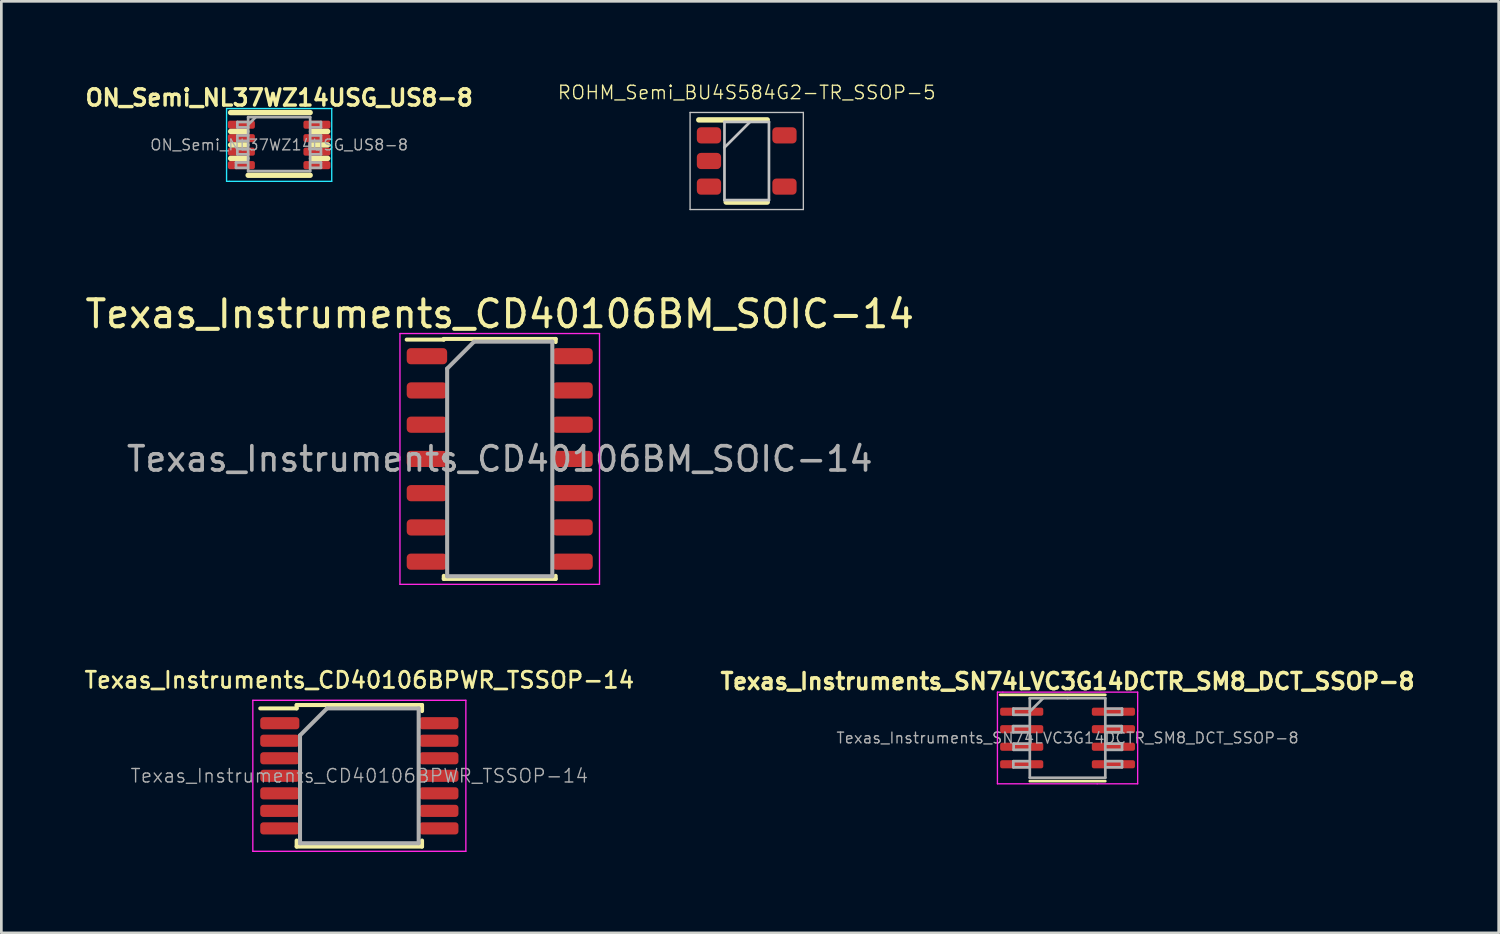
<source format=kicad_pcb>
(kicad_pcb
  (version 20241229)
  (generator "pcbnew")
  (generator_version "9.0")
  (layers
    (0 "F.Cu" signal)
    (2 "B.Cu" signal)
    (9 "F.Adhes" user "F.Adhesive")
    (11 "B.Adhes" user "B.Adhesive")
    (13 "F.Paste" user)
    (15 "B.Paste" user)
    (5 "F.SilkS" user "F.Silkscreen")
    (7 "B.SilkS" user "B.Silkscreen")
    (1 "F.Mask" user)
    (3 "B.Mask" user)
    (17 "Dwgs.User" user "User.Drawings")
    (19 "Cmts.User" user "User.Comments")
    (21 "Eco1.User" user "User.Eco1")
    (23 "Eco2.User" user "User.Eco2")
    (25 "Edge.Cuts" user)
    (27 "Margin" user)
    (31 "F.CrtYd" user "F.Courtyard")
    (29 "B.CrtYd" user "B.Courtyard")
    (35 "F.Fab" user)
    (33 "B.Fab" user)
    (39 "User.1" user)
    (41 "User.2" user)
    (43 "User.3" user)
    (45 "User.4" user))
  (footprint "Texas_Instruments_CD40106BPWR_TSSOP-14"
    (layer "F.Cu")
    (at 10.276 25.72)
    (property "Reference" "Texas_Instruments_CD40106BPWR_TSSOP-14" (at 0 -3.55 0) (layer "F.SilkS") (effects (font (size 0.6 0.6) (thickness 0.1))))
    (attr smd)
    (fp_line (start -2.325 -2.625) (end -2.325 -2.5) (stroke (width 0.15) (type solid)) (layer "F.SilkS"))
    (fp_line (start -2.325 -2.625) (end 2.325 -2.625) (stroke (width 0.15) (type solid)) (layer "F.SilkS"))
    (fp_line (start -2.325 -2.5) (end -3.675 -2.5) (stroke (width 0.15) (type solid)) (layer "F.SilkS"))
    (fp_line (start -2.325 2.625) (end -2.325 2.4) (stroke (width 0.15) (type solid)) (layer "F.SilkS"))
    (fp_line (start -2.325 2.625) (end 2.325 2.625) (stroke (width 0.15) (type solid)) (layer "F.SilkS"))
    (fp_line (start 2.325 -2.625) (end 2.325 -2.4) (stroke (width 0.15) (type solid)) (layer "F.SilkS"))
    (fp_line (start 2.325 2.625) (end 2.325 2.4) (stroke (width 0.15) (type solid)) (layer "F.SilkS"))
    (fp_line (start -3.95 -2.8) (end -3.95 2.8) (stroke (width 0.05) (type solid)) (layer "F.CrtYd"))
    (fp_line (start -3.95 -2.8) (end 3.95 -2.8) (stroke (width 0.05) (type solid)) (layer "F.CrtYd"))
    (fp_line (start -3.95 2.8) (end 3.95 2.8) (stroke (width 0.05) (type solid)) (layer "F.CrtYd"))
    (fp_line (start 3.95 -2.8) (end 3.95 2.8) (stroke (width 0.05) (type solid)) (layer "F.CrtYd"))
    (fp_line (start -2.2 -1.5) (end -1.2 -2.5) (stroke (width 0.15) (type solid)) (layer "F.Fab"))
    (fp_line (start -2.2 2.5) (end -2.2 -1.5) (stroke (width 0.15) (type solid)) (layer "F.Fab"))
    (fp_line (start -1.2 -2.5) (end 2.2 -2.5) (stroke (width 0.15) (type solid)) (layer "F.Fab"))
    (fp_line (start 2.2 -2.5) (end 2.2 2.5) (stroke (width 0.15) (type solid)) (layer "F.Fab"))
    (fp_line (start 2.2 2.5) (end -2.2 2.5) (stroke (width 0.15) (type solid)) (layer "F.Fab"))
    (fp_text user "${REFERENCE}" (at 0 0 0) (layer "F.Fab") (effects (font (size 0.5 0.5) (thickness 0.05))))
    (pad "1" smd roundrect (at -2.95 -1.95) (size 1.45 0.45) (layers "F.Cu" "F.Mask" "F.Paste") (roundrect_rratio 0.25))
    (pad "2" smd roundrect (at -2.95 -1.3) (size 1.45 0.45) (layers "F.Cu" "F.Mask" "F.Paste") (roundrect_rratio 0.25))
    (pad "3" smd roundrect (at -2.95 -0.65) (size 1.45 0.45) (layers "F.Cu" "F.Mask" "F.Paste") (roundrect_rratio 0.25))
    (pad "4" smd roundrect (at -2.95 0) (size 1.45 0.45) (layers "F.Cu" "F.Mask" "F.Paste") (roundrect_rratio 0.25))
    (pad "5" smd roundrect (at -2.95 0.65) (size 1.45 0.45) (layers "F.Cu" "F.Mask" "F.Paste") (roundrect_rratio 0.25))
    (pad "6" smd roundrect (at -2.95 1.3) (size 1.45 0.45) (layers "F.Cu" "F.Mask" "F.Paste") (roundrect_rratio 0.25))
    (pad "7" smd roundrect (at -2.95 1.95) (size 1.45 0.45) (layers "F.Cu" "F.Mask" "F.Paste") (roundrect_rratio 0.25))
    (pad "8" smd roundrect (at 2.95 1.95) (size 1.45 0.45) (layers "F.Cu" "F.Mask" "F.Paste") (roundrect_rratio 0.25))
    (pad "9" smd roundrect (at 2.95 1.3) (size 1.45 0.45) (layers "F.Cu" "F.Mask" "F.Paste") (roundrect_rratio 0.25))
    (pad "10" smd roundrect (at 2.95 0.65) (size 1.45 0.45) (layers "F.Cu" "F.Mask" "F.Paste") (roundrect_rratio 0.25))
    (pad "11" smd roundrect (at 2.95 0) (size 1.45 0.45) (layers "F.Cu" "F.Mask" "F.Paste") (roundrect_rratio 0.25))
    (pad "12" smd roundrect (at 2.95 -0.65) (size 1.45 0.45) (layers "F.Cu" "F.Mask" "F.Paste") (roundrect_rratio 0.25))
    (pad "13" smd roundrect (at 2.95 -1.3) (size 1.45 0.45) (layers "F.Cu" "F.Mask" "F.Paste") (roundrect_rratio 0.25))
    (pad "14" smd roundrect (at 2.95 -1.95) (size 1.45 0.45) (layers "F.Cu" "F.Mask" "F.Paste") (roundrect_rratio 0.25)))
  (footprint "ON_Semi_NL37WZ14USG_US8-8"
    (layer "F.Cu")
    (at 7.302 2.324)
    (property "Reference" "ON_Semi_NL37WZ14USG_US8-8" (at 0 -1.75 0) (layer "F.SilkS") (effects (font (size 0.6 0.6) (thickness 0.127))))
    (attr smd)
    (fp_line (start -1.2 -0.5) (end -1.8 -0.5) (stroke (width 0.2) (type solid)) (layer "F.SilkS"))
    (fp_line (start -1.2 0) (end -1.8 0) (stroke (width 0.2) (type solid)) (layer "F.SilkS"))
    (fp_line (start -1.2 0.5) (end -1.8 0.5) (stroke (width 0.2) (type solid)) (layer "F.SilkS"))
    (fp_line (start 1.15 -1.2) (end -1.8 -1.2) (stroke (width 0.2) (type solid)) (layer "F.SilkS"))
    (fp_line (start 1.15 1.125) (end -1.15 1.125) (stroke (width 0.2) (type solid)) (layer "F.SilkS"))
    (fp_line (start 1.8 -0.5) (end 1.2 -0.5) (stroke (width 0.2) (type solid)) (layer "F.SilkS"))
    (fp_line (start 1.8 0) (end 1.2 0) (stroke (width 0.2) (type solid)) (layer "F.SilkS"))
    (fp_line (start 1.8 0.5) (end 1.2 0.5) (stroke (width 0.2) (type solid)) (layer "F.SilkS"))
    (fp_line (start -1.95 -1.35) (end -1.95 1.35) (stroke (width 0.05) (type solid)) (layer "B.CrtYd"))
    (fp_line (start -1.95 1.35) (end -1.85 1.35) (stroke (width 0.05) (type solid)) (layer "B.CrtYd"))
    (fp_line (start -1.85 1.35) (end 1.95 1.35) (stroke (width 0.05) (type solid)) (layer "B.CrtYd"))
    (fp_line (start 1.95 -1.35) (end -1.95 -1.35) (stroke (width 0.05) (type solid)) (layer "B.CrtYd"))
    (fp_line (start 1.95 1.35) (end 1.95 -1.35) (stroke (width 0.05) (type solid)) (layer "B.CrtYd"))
    (fp_line (start -1.6 0.65) (end -1.2 0.65) (stroke (width 0.1) (type solid)) (layer "F.Fab"))
    (fp_line (start -1.6 0.85) (end -1.6 0.65) (stroke (width 0.1) (type solid)) (layer "F.Fab"))
    (fp_line (start -1.55 -0.85) (end -1.15 -0.85) (stroke (width 0.1) (type solid)) (layer "F.Fab"))
    (fp_line (start -1.55 -0.65) (end -1.55 -0.85) (stroke (width 0.1) (type solid)) (layer "F.Fab"))
    (fp_line (start -1.55 -0.35) (end -1.15 -0.35) (stroke (width 0.1) (type solid)) (layer "F.Fab"))
    (fp_line (start -1.55 -0.15) (end -1.55 -0.35) (stroke (width 0.1) (type solid)) (layer "F.Fab"))
    (fp_line (start -1.55 0.15) (end -1.15 0.15) (stroke (width 0.1) (type solid)) (layer "F.Fab"))
    (fp_line (start -1.55 0.35) (end -1.55 0.15) (stroke (width 0.1) (type solid)) (layer "F.Fab"))
    (fp_line (start -1.2 0.85) (end -1.6 0.85) (stroke (width 0.1) (type solid)) (layer "F.Fab"))
    (fp_line (start -1.15 -1.03) (end 1.15 -1.03) (stroke (width 0.1) (type solid)) (layer "F.Fab"))
    (fp_line (start -1.15 -0.75) (end -0.875 -1.025) (stroke (width 0.1) (type solid)) (layer "F.Fab"))
    (fp_line (start -1.15 -0.65) (end -1.55 -0.65) (stroke (width 0.1) (type solid)) (layer "F.Fab"))
    (fp_line (start -1.15 -0.15) (end -1.55 -0.15) (stroke (width 0.1) (type solid)) (layer "F.Fab"))
    (fp_line (start -1.15 0.35) (end -1.55 0.35) (stroke (width 0.1) (type solid)) (layer "F.Fab"))
    (fp_line (start -1.15 0.97) (end -1.15 -1.03) (stroke (width 0.1) (type solid)) (layer "F.Fab"))
    (fp_line (start 1.15 -1.03) (end 1.15 0.97) (stroke (width 0.1) (type solid)) (layer "F.Fab"))
    (fp_line (start 1.15 -0.85) (end 1.55 -0.85) (stroke (width 0.1) (type solid)) (layer "F.Fab"))
    (fp_line (start 1.15 -0.35) (end 1.55 -0.35) (stroke (width 0.1) (type solid)) (layer "F.Fab"))
    (fp_line (start 1.15 0.15) (end 1.55 0.15) (stroke (width 0.1) (type solid)) (layer "F.Fab"))
    (fp_line (start 1.15 0.65) (end 1.55 0.65) (stroke (width 0.1) (type solid)) (layer "F.Fab"))
    (fp_line (start 1.15 0.97) (end -1.15 0.97) (stroke (width 0.1) (type solid)) (layer "F.Fab"))
    (fp_line (start 1.55 -0.85) (end 1.55 -0.65) (stroke (width 0.1) (type solid)) (layer "F.Fab"))
    (fp_line (start 1.55 -0.65) (end 1.15 -0.65) (stroke (width 0.1) (type solid)) (layer "F.Fab"))
    (fp_line (start 1.55 -0.35) (end 1.55 -0.15) (stroke (width 0.1) (type solid)) (layer "F.Fab"))
    (fp_line (start 1.55 -0.15) (end 1.15 -0.15) (stroke (width 0.1) (type solid)) (layer "F.Fab"))
    (fp_line (start 1.55 0.15) (end 1.55 0.35) (stroke (width 0.1) (type solid)) (layer "F.Fab"))
    (fp_line (start 1.55 0.35) (end 1.15 0.35) (stroke (width 0.1) (type solid)) (layer "F.Fab"))
    (fp_line (start 1.55 0.65) (end 1.55 0.85) (stroke (width 0.1) (type solid)) (layer "F.Fab"))
    (fp_line (start 1.55 0.85) (end 1.15 0.85) (stroke (width 0.1) (type solid)) (layer "F.Fab"))
    (fp_text user "${REFERENCE}" (at 0 0 0) (layer "F.Fab") (effects (font (size 0.4 0.4) (thickness 0.05))))
    (pad "1" smd roundrect (at -1.4 -0.75) (size 1 0.3) (layers "F.Cu" "F.Mask" "F.Paste") (roundrect_rratio 0.25))
    (pad "2" smd roundrect (at -1.4 -0.25) (size 1 0.3) (layers "F.Cu" "F.Mask" "F.Paste") (roundrect_rratio 0.25))
    (pad "3" smd roundrect (at -1.4 0.25) (size 1 0.3) (layers "F.Cu" "F.Mask" "F.Paste") (roundrect_rratio 0.25))
    (pad "4" smd roundrect (at -1.4 0.75) (size 1 0.3) (layers "F.Cu" "F.Mask" "F.Paste") (roundrect_rratio 0.25))
    (pad "5" smd roundrect (at 1.4 0.75) (size 1 0.3) (layers "F.Cu" "F.Mask" "F.Paste") (roundrect_rratio 0.25))
    (pad "6" smd roundrect (at 1.4 0.25) (size 1 0.3) (layers "F.Cu" "F.Mask" "F.Paste") (roundrect_rratio 0.25))
    (pad "7" smd roundrect (at 1.4 -0.25) (size 1 0.3) (layers "F.Cu" "F.Mask" "F.Paste") (roundrect_rratio 0.25))
    (pad "8" smd roundrect (at 1.4 -0.75) (size 1 0.3) (layers "F.Cu" "F.Mask" "F.Paste") (roundrect_rratio 0.25)))
  (footprint "ROHM_Semi_BU4S584G2-TR_SSOP-5"
    (layer "F.Cu")
    (at 24.641 2.92)
    (property "Reference" "ROHM_Semi_BU4S584G2-TR_SSOP-5" (at 0 -2.54 0) (layer "F.SilkS") (effects (font (size 0.5 0.5) (thickness 0.05))))
    (attr smd)
    (fp_line (start -1.778 -1.524) (end 0.762 -1.524) (stroke (width 0.2) (type solid)) (layer "F.SilkS"))
    (fp_line (start -0.762 1.524) (end 0.762 1.524) (stroke (width 0.2) (type solid)) (layer "F.SilkS"))
    (fp_line (start -2.1 -1.8) (end 2.1 -1.8) (stroke (width 0.05) (type solid)) (layer "Dwgs.User"))
    (fp_line (start -2.1 1.8) (end -2.1 -1.8) (stroke (width 0.05) (type solid)) (layer "Dwgs.User"))
    (fp_line (start -0.825 -1.45) (end 0.825 -1.45) (stroke (width 0.1) (type solid)) (layer "Dwgs.User"))
    (fp_line (start -0.825 -0.5) (end 0.125 -1.45) (stroke (width 0.1) (type solid)) (layer "Dwgs.User"))
    (fp_line (start -0.825 1.45) (end -0.825 -1.45) (stroke (width 0.1) (type solid)) (layer "Dwgs.User"))
    (fp_line (start 0.825 -1.45) (end 0.825 1.45) (stroke (width 0.1) (type solid)) (layer "Dwgs.User"))
    (fp_line (start 0.825 1.45) (end -0.825 1.45) (stroke (width 0.1) (type solid)) (layer "Dwgs.User"))
    (fp_line (start 2.1 -1.8) (end 2.1 1.8) (stroke (width 0.05) (type solid)) (layer "Dwgs.User"))
    (fp_line (start 2.1 1.8) (end -2.1 1.8) (stroke (width 0.05) (type solid)) (layer "Dwgs.User"))
    (pad "1" smd roundrect (at -1.4 -0.95 90) (size 0.6 0.9) (layers "F.Cu" "F.Mask" "F.Paste") (roundrect_rratio 0.25))
    (pad "2" smd roundrect (at -1.4 0 90) (size 0.6 0.9) (layers "F.Cu" "F.Mask" "F.Paste") (roundrect_rratio 0.25))
    (pad "3" smd roundrect (at -1.4 0.95 90) (size 0.6 0.9) (layers "F.Cu" "F.Mask" "F.Paste") (roundrect_rratio 0.25))
    (pad "4" smd roundrect (at 1.4 0.95 90) (size 0.6 0.9) (layers "F.Cu" "F.Mask" "F.Paste") (roundrect_rratio 0.25))
    (pad "5" smd roundrect (at 1.4 -0.95 90) (size 0.6 0.9) (layers "F.Cu" "F.Mask" "F.Paste") (roundrect_rratio 0.25)))
  (footprint "Texas_Instruments_CD40106BM_SOIC-14"
    (layer "F.Cu")
    (at 15.482 13.969)
    (property "Reference" "Texas_Instruments_CD40106BM_SOIC-14" (at 0 -5.375 0) (layer "F.SilkS") (effects (font (size 1 1) (thickness 0.15))))
    (attr smd)
    (fp_line (start -2.075 -4.45) (end -2.075 -4.425) (stroke (width 0.15) (type solid)) (layer "F.SilkS"))
    (fp_line (start -2.075 -4.45) (end 2.075 -4.45) (stroke (width 0.15) (type solid)) (layer "F.SilkS"))
    (fp_line (start -2.075 -4.425) (end -3.45 -4.425) (stroke (width 0.15) (type solid)) (layer "F.SilkS"))
    (fp_line (start -2.075 4.45) (end -2.075 4.335) (stroke (width 0.15) (type solid)) (layer "F.SilkS"))
    (fp_line (start -2.075 4.45) (end 2.075 4.45) (stroke (width 0.15) (type solid)) (layer "F.SilkS"))
    (fp_line (start 2.075 -4.45) (end 2.075 -4.335) (stroke (width 0.15) (type solid)) (layer "F.SilkS"))
    (fp_line (start 2.075 4.45) (end 2.075 4.335) (stroke (width 0.15) (type solid)) (layer "F.SilkS"))
    (fp_line (start -3.7 -4.65) (end -3.7 4.65) (stroke (width 0.05) (type solid)) (layer "F.CrtYd"))
    (fp_line (start -3.7 -4.65) (end 3.7 -4.65) (stroke (width 0.05) (type solid)) (layer "F.CrtYd"))
    (fp_line (start -3.7 4.65) (end 3.7 4.65) (stroke (width 0.05) (type solid)) (layer "F.CrtYd"))
    (fp_line (start 3.7 -4.65) (end 3.7 4.65) (stroke (width 0.05) (type solid)) (layer "F.CrtYd"))
    (fp_line (start -1.95 -3.35) (end -0.95 -4.35) (stroke (width 0.15) (type solid)) (layer "F.Fab"))
    (fp_line (start -1.95 4.35) (end -1.95 -3.35) (stroke (width 0.15) (type solid)) (layer "F.Fab"))
    (fp_line (start -0.95 -4.35) (end 1.95 -4.35) (stroke (width 0.15) (type solid)) (layer "F.Fab"))
    (fp_line (start 1.95 -4.35) (end 1.95 4.35) (stroke (width 0.15) (type solid)) (layer "F.Fab"))
    (fp_line (start 1.95 4.35) (end -1.95 4.35) (stroke (width 0.15) (type solid)) (layer "F.Fab"))
    (fp_text user "${REFERENCE}" (at 0 0 0) (layer "F.Fab") (effects (font (size 0.9 0.9) (thickness 0.135))))
    (pad "1" smd roundrect (at -2.7 -3.81) (size 1.5 0.6) (layers "F.Cu" "F.Mask" "F.Paste") (roundrect_rratio 0.25))
    (pad "2" smd roundrect (at -2.7 -2.54) (size 1.5 0.6) (layers "F.Cu" "F.Mask" "F.Paste") (roundrect_rratio 0.25))
    (pad "3" smd roundrect (at -2.7 -1.27) (size 1.5 0.6) (layers "F.Cu" "F.Mask" "F.Paste") (roundrect_rratio 0.25))
    (pad "4" smd roundrect (at -2.7 0) (size 1.5 0.6) (layers "F.Cu" "F.Mask" "F.Paste") (roundrect_rratio 0.25))
    (pad "5" smd roundrect (at -2.7 1.27) (size 1.5 0.6) (layers "F.Cu" "F.Mask" "F.Paste") (roundrect_rratio 0.25))
    (pad "6" smd roundrect (at -2.7 2.54) (size 1.5 0.6) (layers "F.Cu" "F.Mask" "F.Paste") (roundrect_rratio 0.25))
    (pad "7" smd roundrect (at -2.7 3.81) (size 1.5 0.6) (layers "F.Cu" "F.Mask" "F.Paste") (roundrect_rratio 0.25))
    (pad "8" smd roundrect (at 2.7 3.81) (size 1.5 0.6) (layers "F.Cu" "F.Mask" "F.Paste") (roundrect_rratio 0.25))
    (pad "9" smd roundrect (at 2.7 2.54) (size 1.5 0.6) (layers "F.Cu" "F.Mask" "F.Paste") (roundrect_rratio 0.25))
    (pad "10" smd roundrect (at 2.7 1.27) (size 1.5 0.6) (layers "F.Cu" "F.Mask" "F.Paste") (roundrect_rratio 0.25))
    (pad "11" smd roundrect (at 2.7 0) (size 1.5 0.6) (layers "F.Cu" "F.Mask" "F.Paste") (roundrect_rratio 0.25))
    (pad "12" smd roundrect (at 2.7 -1.27) (size 1.5 0.6) (layers "F.Cu" "F.Mask" "F.Paste") (roundrect_rratio 0.25))
    (pad "13" smd roundrect (at 2.7 -2.54) (size 1.5 0.6) (layers "F.Cu" "F.Mask" "F.Paste") (roundrect_rratio 0.25))
    (pad "14" smd roundrect (at 2.7 -3.81) (size 1.5 0.6) (layers "F.Cu" "F.Mask" "F.Paste") (roundrect_rratio 0.25)))
  (footprint "Texas_Instruments_SN74LVC3G14DCTR_SM8_DCT_SSOP-8"
    (layer "F.Cu")
    (at 36.539 24.317)
    (property "Reference" "Texas_Instruments_SN74LVC3G14DCTR_SM8_DCT_SSOP-8" (at 0 -2.1 0) (layer "F.SilkS") (effects (font (size 0.6 0.6) (thickness 0.127))))
    (attr smd)
    (fp_line (start -2.5 -1.6) (end 1.4 -1.6) (stroke (width 0.1) (type solid)) (layer "F.SilkS"))
    (fp_line (start -1.4 1.6) (end 1.4 1.6) (stroke (width 0.1) (type solid)) (layer "F.SilkS"))
    (fp_line (start -2.6 -1.7) (end -2.4 -1.7) (stroke (width 0.05) (type solid)) (layer "F.CrtYd"))
    (fp_line (start -2.6 1.7) (end -2.6 -1.7) (stroke (width 0.05) (type solid)) (layer "F.CrtYd"))
    (fp_line (start -2.4 -1.7) (end 2.6 -1.7) (stroke (width 0.05) (type solid)) (layer "F.CrtYd"))
    (fp_line (start 1.1 1.7) (end -2.6 1.7) (stroke (width 0.05) (type solid)) (layer "F.CrtYd"))
    (fp_line (start 2.6 -1.7) (end 2.6 -1) (stroke (width 0.05) (type solid)) (layer "F.CrtYd"))
    (fp_line (start 2.6 -1) (end 2.6 1.7) (stroke (width 0.05) (type solid)) (layer "F.CrtYd"))
    (fp_line (start 2.6 1.7) (end 1.1 1.7) (stroke (width 0.05) (type solid)) (layer "F.CrtYd"))
    (fp_line (start -2.02 -0.44) (end -1.42 -0.44) (stroke (width 0.1) (type solid)) (layer "F.Fab"))
    (fp_line (start -2.02 -0.212) (end -2.02 -0.438) (stroke (width 0.1) (type solid)) (layer "F.Fab"))
    (fp_line (start -2.02 -0.21) (end -1.42 -0.21) (stroke (width 0.1) (type solid)) (layer "F.Fab"))
    (fp_line (start -2.01 -1.09) (end -1.41 -1.09) (stroke (width 0.1) (type solid)) (layer "F.Fab"))
    (fp_line (start -2.01 -0.863) (end -2.01 -1.087) (stroke (width 0.1) (type solid)) (layer "F.Fab"))
    (fp_line (start -2.01 -0.86) (end -1.41 -0.86) (stroke (width 0.1) (type solid)) (layer "F.Fab"))
    (fp_line (start -2.01 0.86) (end -1.41 0.86) (stroke (width 0.1) (type solid)) (layer "F.Fab"))
    (fp_line (start -2.01 1.087) (end -2.01 0.863) (stroke (width 0.1) (type solid)) (layer "F.Fab"))
    (fp_line (start -2.01 1.09) (end -1.41 1.09) (stroke (width 0.1) (type solid)) (layer "F.Fab"))
    (fp_line (start -2 0.21) (end -1.4 0.21) (stroke (width 0.1) (type solid)) (layer "F.Fab"))
    (fp_line (start -2 0.438) (end -2 0.212) (stroke (width 0.1) (type solid)) (layer "F.Fab"))
    (fp_line (start -2 0.44) (end -1.4 0.44) (stroke (width 0.1) (type solid)) (layer "F.Fab"))
    (fp_line (start -1.4 -1.475) (end -1.4 1.475) (stroke (width 0.1) (type solid)) (layer "F.Fab"))
    (fp_line (start -1.4 -0.98) (end -0.91 -1.47) (stroke (width 0.1) (type solid)) (layer "F.Fab"))
    (fp_line (start -1.4 1.475) (end 1.4 1.475) (stroke (width 0.1) (type solid)) (layer "F.Fab"))
    (fp_line (start 0 -1.475) (end -1.4 -1.475) (stroke (width 0.1) (type solid)) (layer "F.Fab"))
    (fp_line (start 1.4 -1.475) (end 0 -1.475) (stroke (width 0.1) (type solid)) (layer "F.Fab"))
    (fp_line (start 1.4 1.475) (end 1.4 -1.475) (stroke (width 0.1) (type solid)) (layer "F.Fab"))
    (fp_line (start 2.01 -0.44) (end 1.41 -0.44) (stroke (width 0.1) (type solid)) (layer "F.Fab"))
    (fp_line (start 2.01 -0.438) (end 2.01 -0.212) (stroke (width 0.1) (type solid)) (layer "F.Fab"))
    (fp_line (start 2.01 -0.21) (end 1.41 -0.21) (stroke (width 0.1) (type solid)) (layer "F.Fab"))
    (fp_line (start 2.02 -1.09) (end 1.42 -1.09) (stroke (width 0.1) (type solid)) (layer "F.Fab"))
    (fp_line (start 2.02 -1.087) (end 2.02 -0.863) (stroke (width 0.1) (type solid)) (layer "F.Fab"))
    (fp_line (start 2.02 -0.86) (end 1.42 -0.86) (stroke (width 0.1) (type solid)) (layer "F.Fab"))
    (fp_line (start 2.02 0.21) (end 1.42 0.21) (stroke (width 0.1) (type solid)) (layer "F.Fab"))
    (fp_line (start 2.02 0.212) (end 2.02 0.438) (stroke (width 0.1) (type solid)) (layer "F.Fab"))
    (fp_line (start 2.02 0.44) (end 1.42 0.44) (stroke (width 0.1) (type solid)) (layer "F.Fab"))
    (fp_line (start 2.02 0.86) (end 1.42 0.86) (stroke (width 0.1) (type solid)) (layer "F.Fab"))
    (fp_line (start 2.02 0.863) (end 2.02 1.087) (stroke (width 0.1) (type solid)) (layer "F.Fab"))
    (fp_line (start 2.02 1.09) (end 1.42 1.09) (stroke (width 0.1) (type solid)) (layer "F.Fab"))
    (fp_text user "${REFERENCE}" (at 0 0 0) (layer "F.Fab") (effects (font (size 0.4 0.4) (thickness 0.05))))
    (pad "1" smd roundrect (at -1.7 -0.975) (size 1.6 0.3) (layers "F.Cu" "F.Mask" "F.Paste") (roundrect_rratio 0.25))
    (pad "2" smd roundrect (at -1.7 -0.325) (size 1.6 0.3) (layers "F.Cu" "F.Mask" "F.Paste") (roundrect_rratio 0.25))
    (pad "3" smd roundrect (at -1.7 0.325) (size 1.6 0.3) (layers "F.Cu" "F.Mask" "F.Paste") (roundrect_rratio 0.25))
    (pad "4" smd roundrect (at -1.7 0.975) (size 1.6 0.3) (layers "F.Cu" "F.Mask" "F.Paste") (roundrect_rratio 0.25))
    (pad "5" smd roundrect (at 1.7 0.975) (size 1.6 0.3) (layers "F.Cu" "F.Mask" "F.Paste") (roundrect_rratio 0.25))
    (pad "6" smd roundrect (at 1.7 0.325) (size 1.6 0.3) (layers "F.Cu" "F.Mask" "F.Paste") (roundrect_rratio 0.25))
    (pad "7" smd roundrect (at 1.7 -0.325) (size 1.6 0.3) (layers "F.Cu" "F.Mask" "F.Paste") (roundrect_rratio 0.25))
    (pad "8" smd roundrect (at 1.7 -0.975) (size 1.6 0.3) (layers "F.Cu" "F.Mask" "F.Paste") (roundrect_rratio 0.25)))
  (gr_rect
    (start -3 -3)
    (end 52.527 31.545)
    (stroke (width 0.1) (type default))
    (fill no)
    (layer "Edge.Cuts")))
</source>
